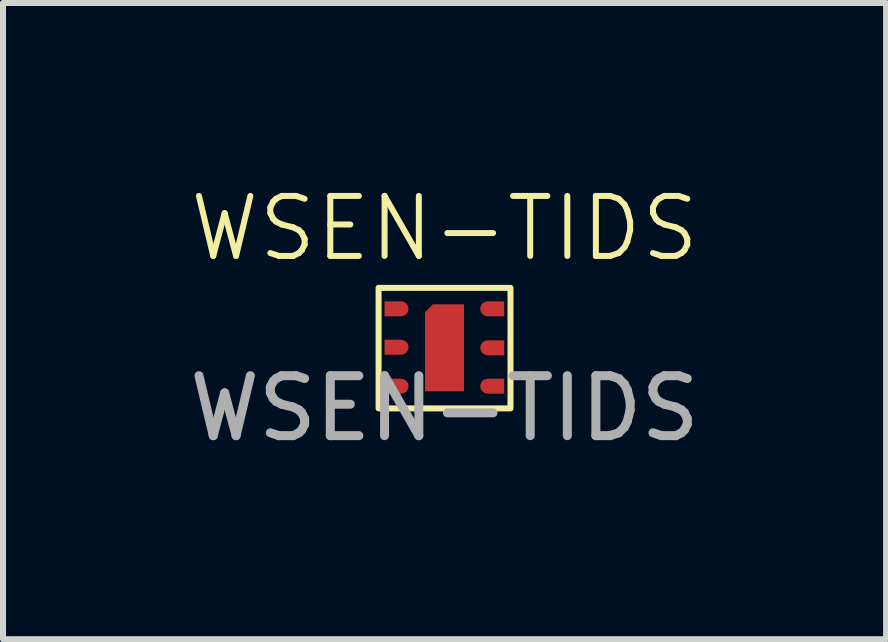
<source format=kicad_pcb>
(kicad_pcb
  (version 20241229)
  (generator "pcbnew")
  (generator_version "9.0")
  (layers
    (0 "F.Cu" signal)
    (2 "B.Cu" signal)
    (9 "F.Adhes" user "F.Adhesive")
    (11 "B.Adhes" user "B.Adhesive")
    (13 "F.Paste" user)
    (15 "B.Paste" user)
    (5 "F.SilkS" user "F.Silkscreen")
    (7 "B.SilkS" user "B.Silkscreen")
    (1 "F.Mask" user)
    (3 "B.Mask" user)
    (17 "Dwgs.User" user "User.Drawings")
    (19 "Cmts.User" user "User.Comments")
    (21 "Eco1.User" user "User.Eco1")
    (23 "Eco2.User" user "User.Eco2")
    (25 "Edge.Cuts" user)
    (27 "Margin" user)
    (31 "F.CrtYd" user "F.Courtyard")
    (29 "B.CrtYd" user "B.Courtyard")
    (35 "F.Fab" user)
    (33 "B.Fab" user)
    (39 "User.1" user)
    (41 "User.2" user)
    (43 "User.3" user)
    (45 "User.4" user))
  (footprint "WSEN-TIDS"
    (layer "F.Cu")
    (at 5.563 1.69)
    (property "Reference" "WSEN-TIDS" (at -1.2 -0.93 0) (unlocked yes) (layer "F.SilkS") (effects (font (size 1 1) (thickness 0.1))))
    (attr smd)
    (fp_rect (start -2.3 0.06) (end -0.1 2.07) (stroke (width 0.1) (type default)) (fill no) (layer "F.SilkS"))
    (fp_text user "${REFERENCE}" (at -1.2 2.07 0) (unlocked yes) (layer "F.Fab") (effects (font (size 1 1) (thickness 0.15))))
    (pad "1" smd roundrect (at -2 1.7 270) (size 0.25 0.4) (layers "F.Cu" "F.Mask" "F.Paste") (roundrect_rratio 0.5) (chamfer_ratio 0) (chamfer bottom_left bottom_right))
    (pad "3" smd roundrect (at -2 0.41 270) (size 0.25 0.4) (layers "F.Cu" "F.Mask" "F.Paste") (roundrect_rratio 0.5) (chamfer_ratio 0) (chamfer bottom_left bottom_right))
    (pad "3" smd roundrect (at -2 1.05 270) (size 0.25 0.4) (layers "F.Cu" "F.Mask" "F.Paste") (roundrect_rratio 0.5) (chamfer_ratio 0) (chamfer bottom_left bottom_right))
    (pad "4" smd roundrect (at -0.405 0.41 90) (size 0.25 0.4) (layers "F.Cu" "F.Mask" "F.Paste") (roundrect_rratio 0.5) (chamfer_ratio 0) (chamfer bottom_left bottom_right))
    (pad "5" smd roundrect (at -0.405 1.06 90) (size 0.25 0.4) (layers "F.Cu" "F.Mask" "F.Paste") (roundrect_rratio 0.5) (chamfer_ratio 0) (chamfer bottom_left bottom_right))
    (pad "6" smd roundrect (at -0.405 1.7 90) (size 0.25 0.4) (layers "F.Cu" "F.Mask" "F.Paste") (roundrect_rratio 0.5) (chamfer_ratio 0) (chamfer bottom_left bottom_right))
    (pad "T" smd roundrect (at -1.2 1.06) (size 0.65 1.45) (layers "F.Cu" "F.Mask" "F.Paste") (roundrect_rratio 0) (chamfer_ratio 0.2) (chamfer top_left)))
  (gr_rect
    (start -3 -3)
    (end 11.726 7.609)
    (stroke (width 0.1) (type default))
    (fill no)
    (layer "Edge.Cuts")))
</source>
